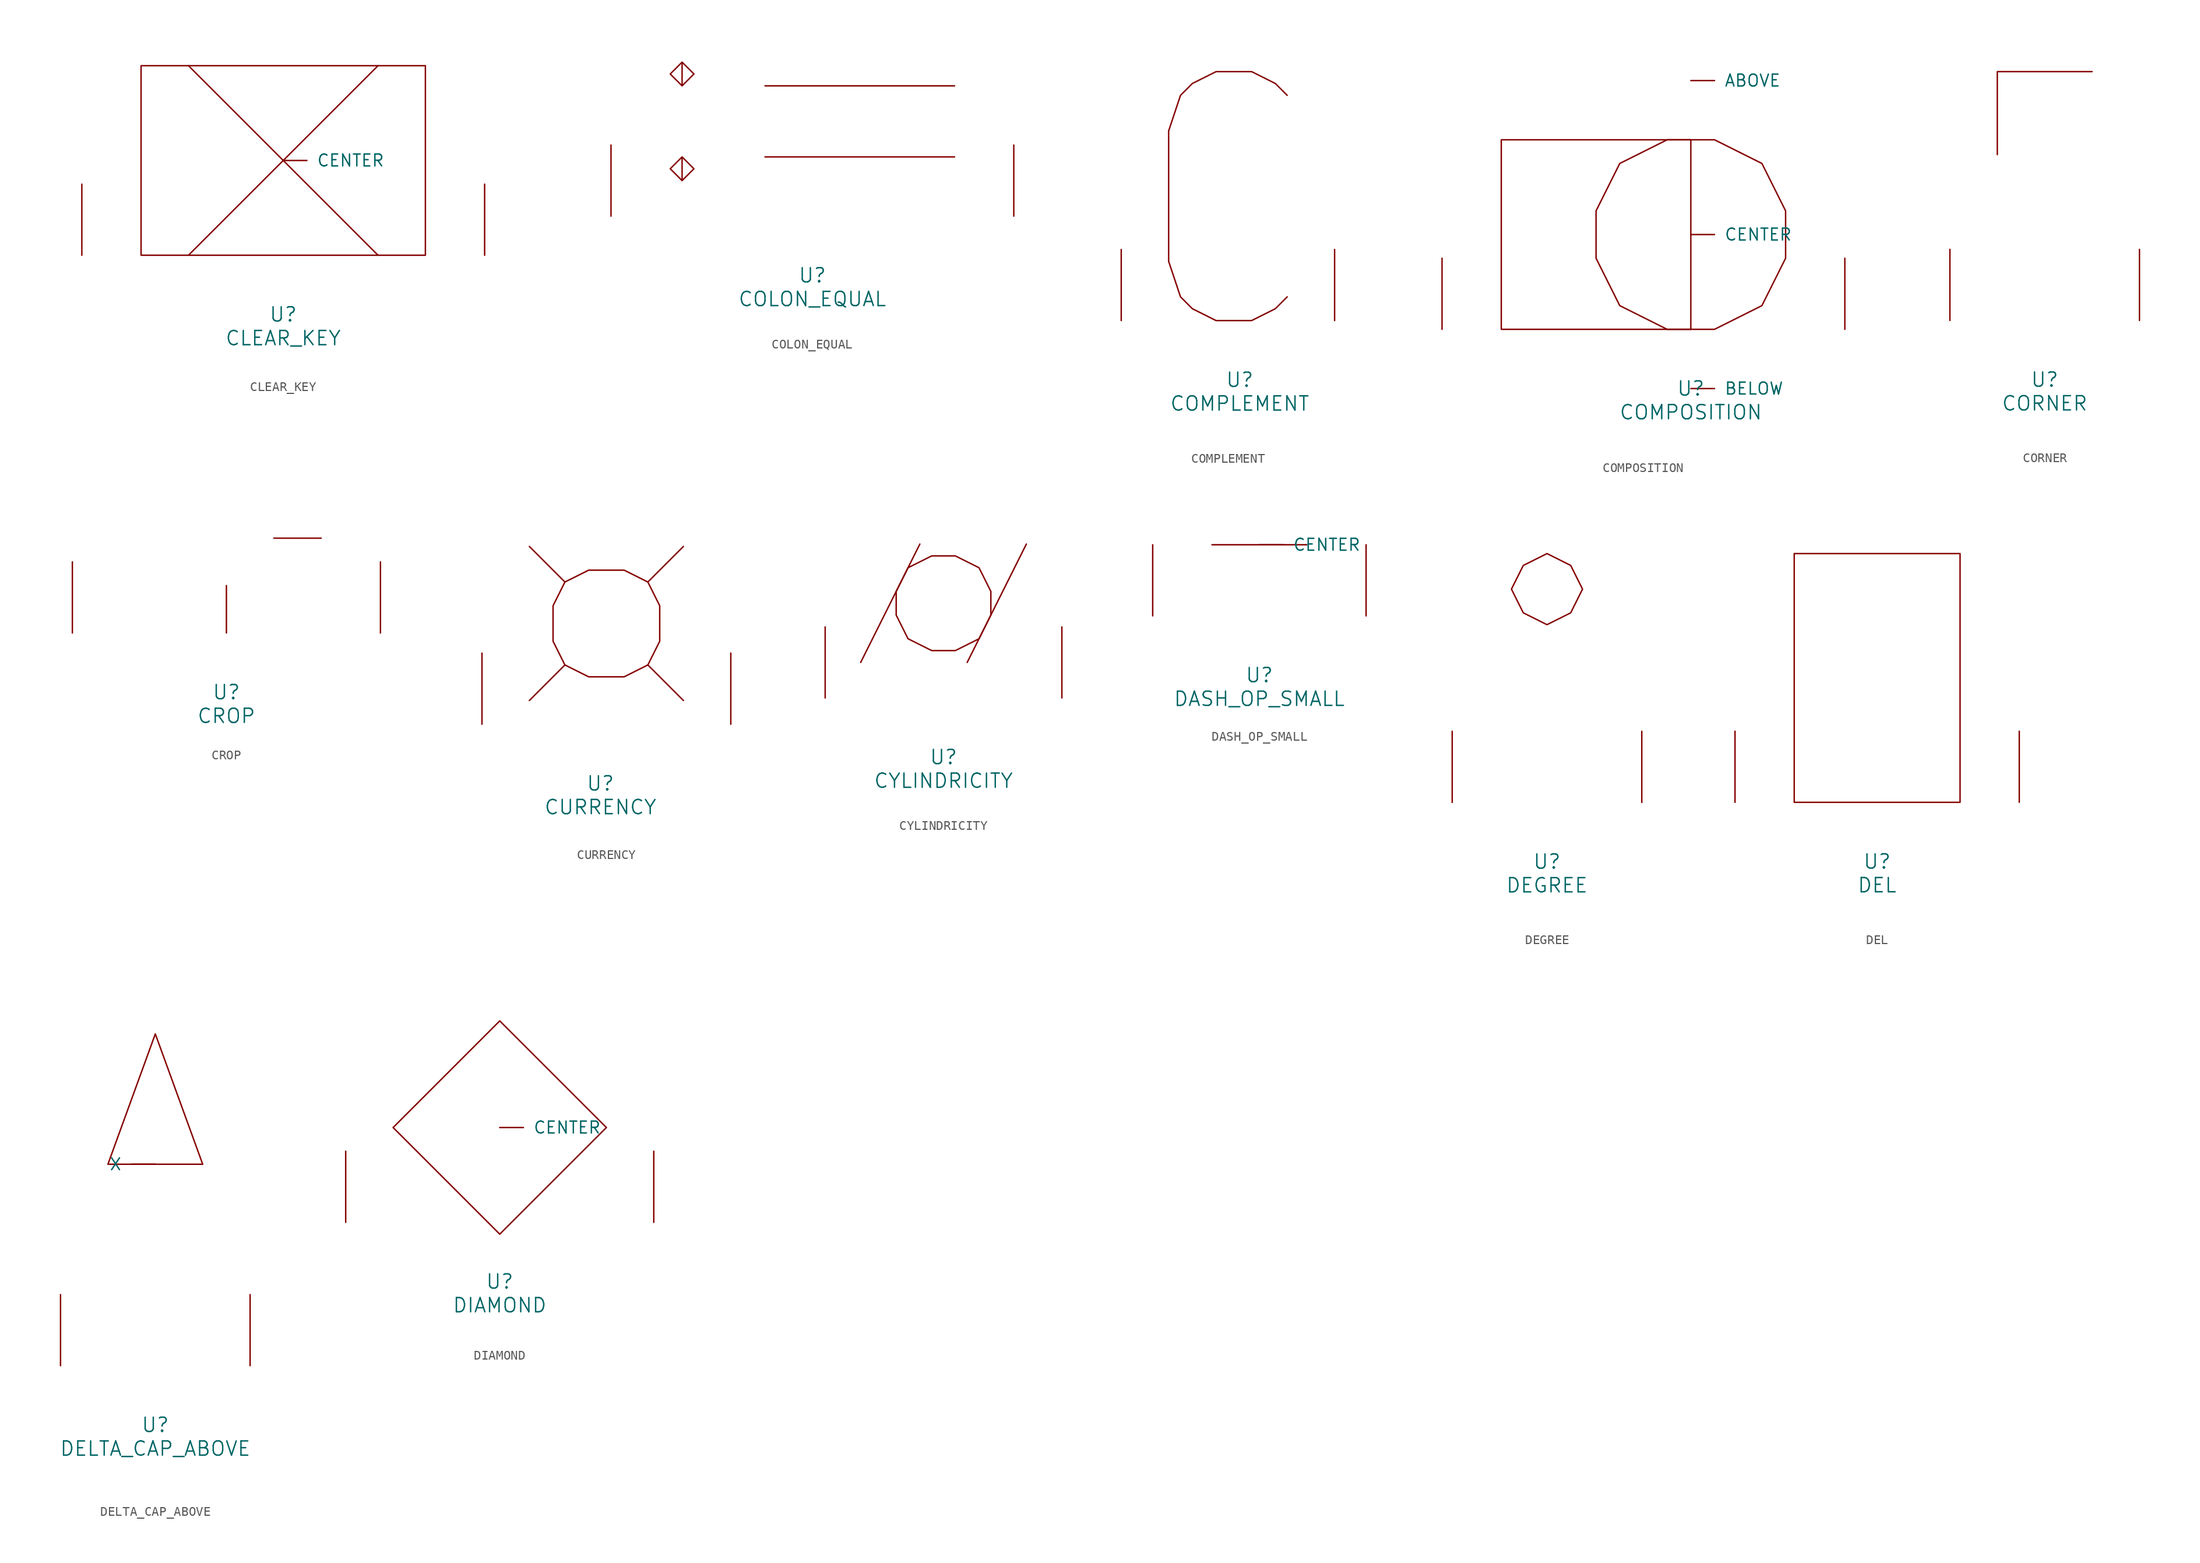
<source format=kicad_sym>
(kicad_symbol_lib
  (version 20220914)
  (generator font_lib2sym)
  (symbol "CLEAR_KEY"
    (pin_names
      (offset 1.016))
    (property "Reference" "U"
      (at 0 -6.35 0)
      (effects (font (size 1.524 1.524))))
    (property "Value" "CLEAR_KEY"
      (at 0 -8.89 0)
      (effects (font (size 1.524 1.524))))
    (symbol "CLEAR_KEY_0_1"
      (polyline (pts (xy -10.16 20.32) (xy 10.16 0)) (stroke (width 0) (type solid)) (fill (type none)))
      (polyline (pts (xy 10.16 20.32) (xy -10.16 0)) (stroke (width 0) (type solid)) (fill (type none)))
      (polyline (pts (xy -15.24 20.32) (xy 15.24 20.32) (xy 15.24 0) (xy -15.24 0) (xy -15.24 20.32)) (stroke (width 0) (type solid)) (fill (type none)))
      (pin input line (at 0 10.16 0) (length 2.54) (name "CENTER" (effects (font (size 1.27 1.27)))) (number "~" (effects (font (size 1.27 1.27)))))
      (pin input line (at -21.59 0 90) (length 7.62) (name "~" (effects (font (size 1.27 1.27)))) (number "~" (effects (font (size 1.27 1.27)))))
      (pin input line (at 21.59 0 90) (length 7.62) (name "~" (effects (font (size 1.27 1.27)))) (number "~" (effects (font (size 1.27 1.27)))))))
  (symbol "COLON_EQUAL"
    (pin_names
      (offset 1.016))
    (property "Reference" "U"
      (at 0 -6.35 0)
      (effects (font (size 1.524 1.524))))
    (property "Value" "COLON_EQUAL"
      (at 0 -8.89 0)
      (effects (font (size 1.524 1.524))))
    (symbol "COLON_EQUAL_0_1"
      (polyline (pts (xy -5.08 13.97) (xy 15.24 13.97)) (stroke (width 0) (type solid)) (fill (type none)))
      (polyline (pts (xy 15.24 6.35) (xy -5.08 6.35)) (stroke (width 0) (type solid)) (fill (type none)))
      (polyline (pts (xy -13.97 6.35) (xy -12.7 5.08) (xy -13.97 3.81) (xy -15.24 5.08) (xy -13.97 6.35) (xy -13.97 3.81)) (stroke (width 0) (type solid)) (fill (type none)))
      (polyline (pts (xy -13.97 16.51) (xy -12.7 15.24) (xy -13.97 13.97) (xy -15.24 15.24) (xy -13.97 16.51) (xy -13.97 13.97)) (stroke (width 0) (type solid)) (fill (type none)))
      (pin input line (at -21.59 0 90) (length 7.62) (name "~" (effects (font (size 1.27 1.27)))) (number "~" (effects (font (size 1.27 1.27)))))
      (pin input line (at 21.59 0 90) (length 7.62) (name "~" (effects (font (size 1.27 1.27)))) (number "~" (effects (font (size 1.27 1.27)))))))
  (symbol "COMPLEMENT"
    (pin_names
      (offset 1.016))
    (property "Reference" "U"
      (at 0 -6.35 0)
      (effects (font (size 1.524 1.524))))
    (property "Value" "COMPLEMENT"
      (at 0 -8.89 0)
      (effects (font (size 1.524 1.524))))
    (symbol "COMPLEMENT_0_1"
      (polyline (pts (xy 5.08 24.13) (xy 3.81 25.4) (xy 1.27 26.67) (xy -2.54 26.67) (xy -5.08 25.4) (xy -6.35 24.13) (xy -7.62 20.32) (xy -7.62 6.35) (xy -6.35 2.54) (xy -5.08 1.27) (xy -2.54 0) (xy 1.27 0) (xy 3.81 1.27) (xy 5.08 2.54)) (stroke (width 0) (type solid)) (fill (type none)))
      (pin input line (at -12.7 0 90) (length 7.62) (name "~" (effects (font (size 1.27 1.27)))) (number "~" (effects (font (size 1.27 1.27)))))
      (pin input line (at 10.16 0 90) (length 7.62) (name "~" (effects (font (size 1.27 1.27)))) (number "~" (effects (font (size 1.27 1.27)))))))
  (symbol "COMPOSITION"
    (pin_names
      (offset 1.016))
    (property "Reference" "U"
      (at 0 -6.35 0)
      (effects (font (size 1.524 1.524))))
    (property "Value" "COMPOSITION"
      (at 0 -8.89 0)
      (effects (font (size 1.524 1.524))))
    (symbol "COMPOSITION_0_1"
      (polyline (pts (xy 0 20.32) (xy 0 0) (xy -20.32 0) (xy -20.32 20.32) (xy 0 20.32)) (stroke (width 0) (type solid)) (fill (type none)))
      (polyline (pts (xy -2.54 20.32) (xy 2.54 20.32) (xy 7.62 17.78) (xy 10.16 12.7) (xy 10.16 7.62) (xy 7.62 2.54) (xy 2.54 0) (xy -2.54 0) (xy -7.62 2.54) (xy -10.16 7.62) (xy -10.16 12.7) (xy -7.62 17.78) (xy -2.54 20.32)) (stroke (width 0) (type solid)) (fill (type none)))
      (pin input line (at 0 26.67 0) (length 2.54) (name "ABOVE" (effects (font (size 1.27 1.27)))) (number "~" (effects (font (size 1.27 1.27)))))
      (pin input line (at 0 -6.35 0) (length 2.54) (name "BELOW" (effects (font (size 1.27 1.27)))) (number "~" (effects (font (size 1.27 1.27)))))
      (pin input line (at 0 10.16 0) (length 2.54) (name "CENTER" (effects (font (size 1.27 1.27)))) (number "~" (effects (font (size 1.27 1.27)))))
      (pin input line (at -26.67 0 90) (length 7.62) (name "~" (effects (font (size 1.27 1.27)))) (number "~" (effects (font (size 1.27 1.27)))))
      (pin input line (at 16.51 0 90) (length 7.62) (name "~" (effects (font (size 1.27 1.27)))) (number "~" (effects (font (size 1.27 1.27)))))))
  (symbol "CORNER"
    (pin_names
      (offset 1.016))
    (property "Reference" "U"
      (at 0 -6.35 0)
      (effects (font (size 1.524 1.524))))
    (property "Value" "CORNER"
      (at 0 -8.89 0)
      (effects (font (size 1.524 1.524))))
    (symbol "CORNER_0_1"
      (polyline (pts (xy 5.08 26.67) (xy -5.08 26.67) (xy -5.08 17.78)) (stroke (width 0) (type solid)) (fill (type none)))
      (pin input line (at -10.16 0 90) (length 7.62) (name "~" (effects (font (size 1.27 1.27)))) (number "~" (effects (font (size 1.27 1.27)))))
      (pin input line (at 10.16 0 90) (length 7.62) (name "~" (effects (font (size 1.27 1.27)))) (number "~" (effects (font (size 1.27 1.27)))))))
  (symbol "CROP"
    (pin_names
      (offset 1.016))
    (property "Reference" "U"
      (at 0 -6.35 0)
      (effects (font (size 1.524 1.524))))
    (property "Value" "CROP"
      (at 0 -8.89 0)
      (effects (font (size 1.524 1.524))))
    (symbol "CROP_0_1"
      (polyline (pts (xy 0 5.08) (xy 0 0)) (stroke (width 0) (type solid)) (fill (type none)))
      (polyline (pts (xy 5.08 10.16) (xy 10.16 10.16)) (stroke (width 0) (type solid)) (fill (type none)))
      (pin input line (at -16.51 0 90) (length 7.62) (name "~" (effects (font (size 1.27 1.27)))) (number "~" (effects (font (size 1.27 1.27)))))
      (pin input line (at 16.51 0 90) (length 7.62) (name "~" (effects (font (size 1.27 1.27)))) (number "~" (effects (font (size 1.27 1.27)))))))
  (symbol "CURRENCY"
    (pin_names
      (offset 1.016))
    (property "Reference" "U"
      (at 0 -6.35 0)
      (effects (font (size 1.524 1.524))))
    (property "Value" "CURRENCY"
      (at 0 -8.89 0)
      (effects (font (size 1.524 1.524))))
    (symbol "CURRENCY_0_1"
      (polyline (pts (xy -7.62 2.54) (xy -3.81 6.35)) (stroke (width 0) (type solid)) (fill (type none)))
      (polyline (pts (xy -7.62 19.05) (xy -3.81 15.24)) (stroke (width 0) (type solid)) (fill (type none)))
      (polyline (pts (xy 5.08 6.35) (xy 8.89 2.54)) (stroke (width 0) (type solid)) (fill (type none)))
      (polyline (pts (xy 5.08 15.24) (xy 8.89 19.05)) (stroke (width 0) (type solid)) (fill (type none)))
      (polyline (pts (xy 5.08 6.35) (xy 2.54 5.08) (xy -1.27 5.08) (xy -3.81 6.35) (xy -5.08 8.89) (xy -5.08 12.7) (xy -3.81 15.24) (xy -1.27 16.51) (xy 2.54 16.51) (xy 5.08 15.24) (xy 6.35 12.7) (xy 6.35 8.89) (xy 5.08 6.35)) (stroke (width 0) (type solid)) (fill (type none)))
      (pin input line (at -12.7 0 90) (length 7.62) (name "~" (effects (font (size 1.27 1.27)))) (number "~" (effects (font (size 1.27 1.27)))))
      (pin input line (at 13.97 0 90) (length 7.62) (name "~" (effects (font (size 1.27 1.27)))) (number "~" (effects (font (size 1.27 1.27)))))))
  (symbol "CYLINDRICITY"
    (pin_names
      (offset 1.016))
    (property "Reference" "U"
      (at 0 -6.35 0)
      (effects (font (size 1.524 1.524))))
    (property "Value" "CYLINDRICITY"
      (at 0 -8.89 0)
      (effects (font (size 1.524 1.524))))
    (symbol "CYLINDRICITY_0_1"
      (polyline (pts (xy -2.54 16.51) (xy -8.89 3.81)) (stroke (width 0) (type solid)) (fill (type none)))
      (polyline (pts (xy 8.89 16.51) (xy 2.54 3.81)) (stroke (width 0) (type solid)) (fill (type none)))
      (polyline (pts (xy 5.08 11.43) (xy 3.81 13.97) (xy 1.27 15.24) (xy -1.27 15.24) (xy -3.81 13.97) (xy -5.08 11.43) (xy -5.08 8.89) (xy -3.81 6.35) (xy -1.27 5.08) (xy 1.27 5.08) (xy 3.81 6.35) (xy 5.08 8.89) (xy 5.08 11.43)) (stroke (width 0) (type solid)) (fill (type none)))
      (pin input line (at -12.7 0 90) (length 7.62) (name "~" (effects (font (size 1.27 1.27)))) (number "~" (effects (font (size 1.27 1.27)))))
      (pin input line (at 12.7 0 90) (length 7.62) (name "~" (effects (font (size 1.27 1.27)))) (number "~" (effects (font (size 1.27 1.27)))))))
  (symbol "DASH_OP_SMALL"
    (pin_names
      (offset 1.016))
    (property "Reference" "U"
      (at 0 -6.35 0)
      (effects (font (size 1.524 1.524))))
    (property "Value" "DASH_OP_SMALL"
      (at 0 -8.89 0)
      (effects (font (size 1.524 1.524))))
    (symbol "DASH_OP_SMALL_0_1"
      (polyline (pts (xy -5.08 7.62) (xy 5.08 7.62)) (stroke (width 0) (type solid)) (fill (type none)))
      (pin input line (at 0 7.62 0) (length 2.54) (name "CENTER" (effects (font (size 1.27 1.27)))) (number "~" (effects (font (size 1.27 1.27)))))
      (pin input line (at -11.43 0 90) (length 7.62) (name "~" (effects (font (size 1.27 1.27)))) (number "~" (effects (font (size 1.27 1.27)))))
      (pin input line (at 11.43 0 90) (length 7.62) (name "~" (effects (font (size 1.27 1.27)))) (number "~" (effects (font (size 1.27 1.27)))))))
  (symbol "DEGREE"
    (pin_names
      (offset 1.016))
    (property "Reference" "U"
      (at 0 -6.35 0)
      (effects (font (size 1.524 1.524))))
    (property "Value" "DEGREE"
      (at 0 -8.89 0)
      (effects (font (size 1.524 1.524))))
    (symbol "DEGREE_0_1"
      (polyline (pts (xy 0 26.67) (xy -2.54 25.4) (xy -3.81 22.86) (xy -2.54 20.32) (xy 0 19.05) (xy 2.54 20.32) (xy 3.81 22.86) (xy 2.54 25.4) (xy 0 26.67)) (stroke (width 0) (type solid)) (fill (type none)))
      (pin input line (at -10.16 0 90) (length 7.62) (name "~" (effects (font (size 1.27 1.27)))) (number "~" (effects (font (size 1.27 1.27)))))
      (pin input line (at 10.16 0 90) (length 7.62) (name "~" (effects (font (size 1.27 1.27)))) (number "~" (effects (font (size 1.27 1.27)))))))
  (symbol "DEL"
    (pin_names
      (offset 1.016))
    (property "Reference" "U"
      (at 0 -6.35 0)
      (effects (font (size 1.524 1.524))))
    (property "Value" "DEL"
      (at 0 -8.89 0)
      (effects (font (size 1.524 1.524))))
    (symbol "DEL_0_1"
      (polyline (pts (xy -8.89 0) (xy -8.89 26.67) (xy 8.89 26.67) (xy 8.89 0) (xy -8.89 0)) (stroke (width 0) (type solid)) (fill (type none)))
      (pin input line (at -15.24 0 90) (length 7.62) (name "~" (effects (font (size 1.27 1.27)))) (number "~" (effects (font (size 1.27 1.27)))))
      (pin input line (at 15.24 0 90) (length 7.62) (name "~" (effects (font (size 1.27 1.27)))) (number "~" (effects (font (size 1.27 1.27)))))))
  (symbol "DELTA_CAP_ABOVE"
    (pin_names
      (offset 1.016))
    (property "Reference" "U"
      (at 0 -6.35 0)
      (effects (font (size 1.524 1.524))))
    (property "Value" "DELTA_CAP_ABOVE"
      (at 0 -8.89 0)
      (effects (font (size 1.524 1.524))))
    (symbol "DELTA_CAP_ABOVE_0_1"
      (polyline (pts (xy 0 35.56) (xy -5.08 21.59) (xy 5.08 21.59) (xy 0 35.56)) (stroke (width 0) (type solid)) (fill (type none)))
      (pin input line (at 0 21.59 180) (length 2.54) (name "X" (effects (font (size 1.27 1.27)))) (number "~" (effects (font (size 1.27 1.27)))))
      (pin input line (at -10.16 0 90) (length 7.62) (name "~" (effects (font (size 1.27 1.27)))) (number "~" (effects (font (size 1.27 1.27)))))
      (pin input line (at 10.16 0 90) (length 7.62) (name "~" (effects (font (size 1.27 1.27)))) (number "~" (effects (font (size 1.27 1.27)))))))
  (symbol "DIAMOND"
    (pin_names
      (offset 1.016))
    (property "Reference" "U"
      (at 0 -6.35 0)
      (effects (font (size 1.524 1.524))))
    (property "Value" "DIAMOND"
      (at 0 -8.89 0)
      (effects (font (size 1.524 1.524))))
    (symbol "DIAMOND_0_1"
      (polyline (pts (xy 0 21.59) (xy 11.43 10.16) (xy 0 -1.27) (xy -11.43 10.16) (xy 0 21.59)) (stroke (width 0) (type solid)) (fill (type none)))
      (pin input line (at 0 10.16 0) (length 2.54) (name "CENTER" (effects (font (size 1.27 1.27)))) (number "~" (effects (font (size 1.27 1.27)))))
      (pin input line (at -16.51 0 90) (length 7.62) (name "~" (effects (font (size 1.27 1.27)))) (number "~" (effects (font (size 1.27 1.27)))))
      (pin input line (at 16.51 0 90) (length 7.62) (name "~" (effects (font (size 1.27 1.27)))) (number "~" (effects (font (size 1.27 1.27))))))))
</source>
